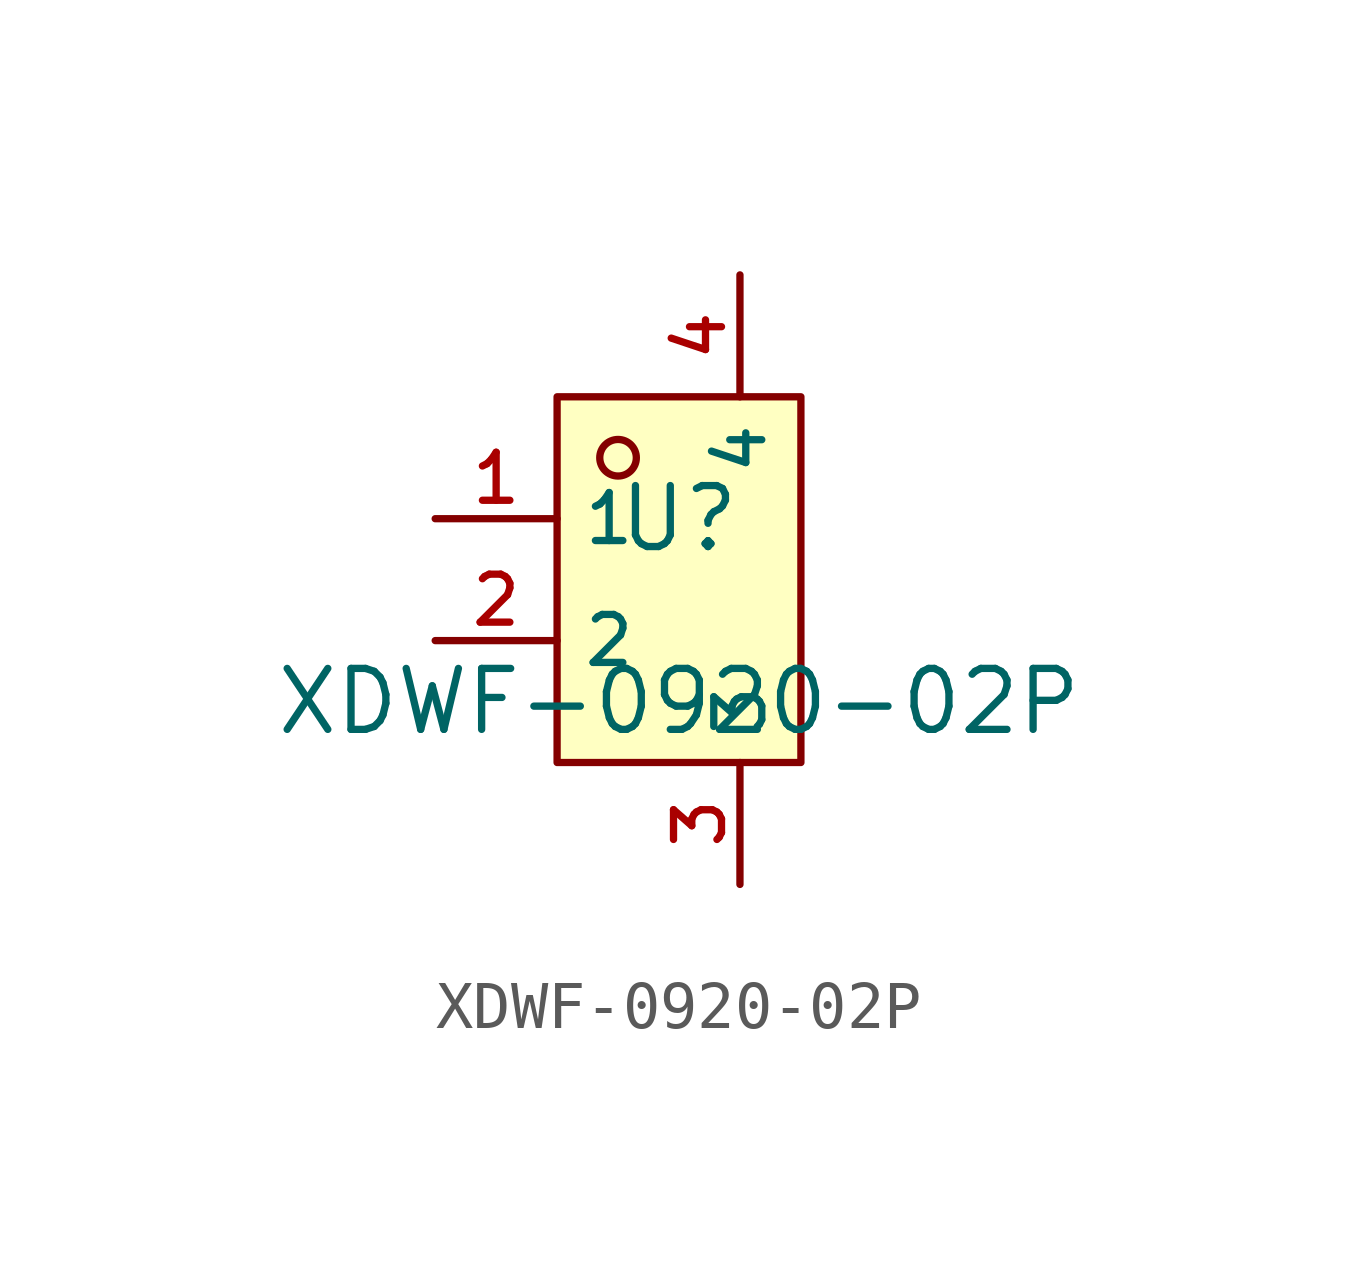
<source format=kicad_sym>
(kicad_symbol_lib
  (version 20210201)
  (generator TousstNicolas/JLC2KiCad_lib)
  (symbol "XDWF-0920-02P"
    (property "Reference" "U"
      (at 0 1.27 0)
      (effects (font (size 1.27 1.27))))
    (property "Value" "XDWF-0920-02P"
      (at 0 -2.54 0)
      (effects (font (size 1.27 1.27))))
    (symbol "XDWF-0920-02P_0_1"
      (rectangle (start -2.54 3.81) (end 2.54 -3.81) (stroke (width 0) (type default) (color 0 0 0 0)) (fill (type background)))
      (circle (center -1.27 2.54) (radius 0.381) (stroke (width 0) (type default) (color 0 0 0 0)) (fill (type background)))
      (pin unspecified line (at -5.08 1.27 0) (length 2.54) (name "1" (effects (font (size 1 1)))) (number "1" (effects (font (size 1 1)))))
      (pin unspecified line (at -5.08 -1.27 0) (length 2.54) (name "2" (effects (font (size 1 1)))) (number "2" (effects (font (size 1 1)))))
      (pin unspecified line (at 1.27 -6.35 90) (length 2.54) (name "3" (effects (font (size 1 1)))) (number "3" (effects (font (size 1 1)))))
      (pin unspecified line (at 1.27 6.35 270) (length 2.54) (name "4" (effects (font (size 1 1)))) (number "4" (effects (font (size 1 1))))))))
</source>
